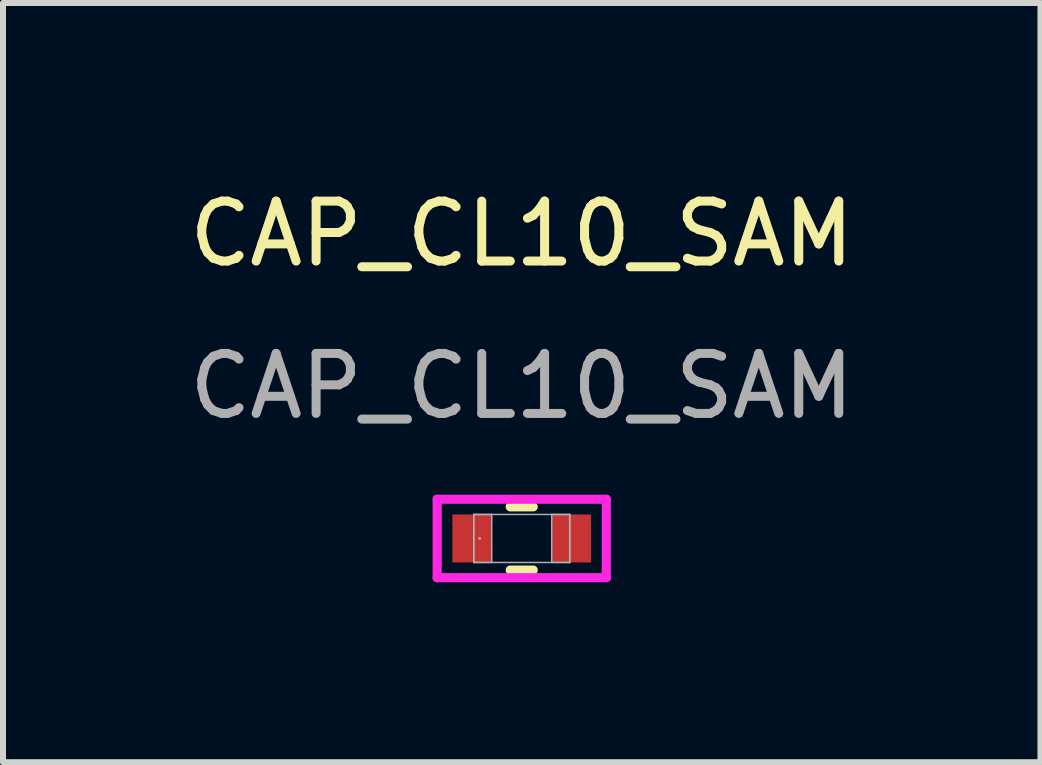
<source format=kicad_pcb>
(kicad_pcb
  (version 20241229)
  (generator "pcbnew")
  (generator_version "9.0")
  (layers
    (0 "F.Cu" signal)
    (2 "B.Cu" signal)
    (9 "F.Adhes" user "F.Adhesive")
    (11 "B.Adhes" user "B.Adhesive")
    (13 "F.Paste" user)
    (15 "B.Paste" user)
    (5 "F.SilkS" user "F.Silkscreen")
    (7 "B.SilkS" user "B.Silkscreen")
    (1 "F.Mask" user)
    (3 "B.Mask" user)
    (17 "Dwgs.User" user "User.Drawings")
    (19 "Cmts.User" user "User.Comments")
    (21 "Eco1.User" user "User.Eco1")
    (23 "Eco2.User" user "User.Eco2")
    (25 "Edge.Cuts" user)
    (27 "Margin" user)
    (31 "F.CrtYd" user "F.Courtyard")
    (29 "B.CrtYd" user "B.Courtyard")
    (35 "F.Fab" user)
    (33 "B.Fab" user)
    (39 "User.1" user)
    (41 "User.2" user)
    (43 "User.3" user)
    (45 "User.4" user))
  (footprint "CAP_CL10_SAM"
    (layer "F.Cu")
    (at 5.649 5.928)
    (property "Reference" "CAP_CL10_SAM" (at 0 -5.08 0) (unlocked yes) (layer "F.SilkS") (effects (font (size 1 1) (thickness 0.15))))
    (attr smd)
    (fp_line (start -0.192 0.527) (end 0.192 0.527) (stroke (width 0.152) (type solid)) (layer "F.SilkS"))
    (fp_line (start 0.192 -0.527) (end -0.192 -0.527) (stroke (width 0.152) (type solid)) (layer "F.SilkS"))
    (fp_line (start -1.41 -0.654) (end 1.41 -0.654) (stroke (width 0.152) (type solid)) (layer "F.CrtYd"))
    (fp_line (start -1.41 0.654) (end -1.41 -0.654) (stroke (width 0.152) (type solid)) (layer "F.CrtYd"))
    (fp_line (start 1.41 -0.654) (end 1.41 0.654) (stroke (width 0.152) (type solid)) (layer "F.CrtYd"))
    (fp_line (start 1.41 0.654) (end -1.41 0.654) (stroke (width 0.152) (type solid)) (layer "F.CrtYd"))
    (fp_line (start -0.8 -0.4) (end -0.8 0.4) (stroke (width 0.025) (type solid)) (layer "F.Fab"))
    (fp_line (start -0.8 -0.4) (end -0.8 0.4) (stroke (width 0.025) (type solid)) (layer "F.Fab"))
    (fp_line (start -0.8 0.4) (end -0.5 0.4) (stroke (width 0.025) (type solid)) (layer "F.Fab"))
    (fp_line (start -0.8 0.4) (end 0.8 0.4) (stroke (width 0.025) (type solid)) (layer "F.Fab"))
    (fp_line (start -0.5 -0.4) (end -0.8 -0.4) (stroke (width 0.025) (type solid)) (layer "F.Fab"))
    (fp_line (start -0.5 0.4) (end -0.5 -0.4) (stroke (width 0.025) (type solid)) (layer "F.Fab"))
    (fp_line (start 0.5 -0.4) (end 0.5 0.4) (stroke (width 0.025) (type solid)) (layer "F.Fab"))
    (fp_line (start 0.5 0.4) (end 0.8 0.4) (stroke (width 0.025) (type solid)) (layer "F.Fab"))
    (fp_line (start 0.8 -0.4) (end -0.8 -0.4) (stroke (width 0.025) (type solid)) (layer "F.Fab"))
    (fp_line (start 0.8 -0.4) (end 0.5 -0.4) (stroke (width 0.025) (type solid)) (layer "F.Fab"))
    (fp_line (start 0.8 0.4) (end 0.8 -0.4) (stroke (width 0.025) (type solid)) (layer "F.Fab"))
    (fp_line (start 0.8 0.4) (end 0.8 -0.4) (stroke (width 0.025) (type solid)) (layer "F.Fab"))
    (fp_circle (center -0.701 0) (end -0.701 0) (stroke (width 0.025) (type solid)) (fill no) (layer "F.Fab"))
    (fp_text user "${REFERENCE}" (at 0 -2.54 0) (unlocked yes) (layer "F.Fab") (effects (font (size 1 1) (thickness 0.15))))
    (pad "1" smd rect (at -0.828 0) (size 0.656 0.8) (layers "F.Cu" "F.Mask" "F.Paste"))
    (pad "2" smd rect (at 0.828 0) (size 0.656 0.8) (layers "F.Cu" "F.Mask" "F.Paste"))
    (zone (net_name "") (layer "F.Cu") (hatch full 0.508) (connect_pads) (min_thickness 0.254) (filled_areas_thickness no) (keepout (tracks not_allowed) (vias not_allowed) (pads allowed) (copperpour not_allowed) (footprints allowed)) (placement (enabled no)) (fill) (polygon (pts (xy 5.2 5.579) (xy 6.098 5.579) (xy 6.098 6.277) (xy 5.2 6.277)))))
  (gr_rect
    (start -3 -3)
    (end 14.298 9.658)
    (stroke (width 0.1) (type default))
    (fill no)
    (layer "Edge.Cuts")))
</source>
